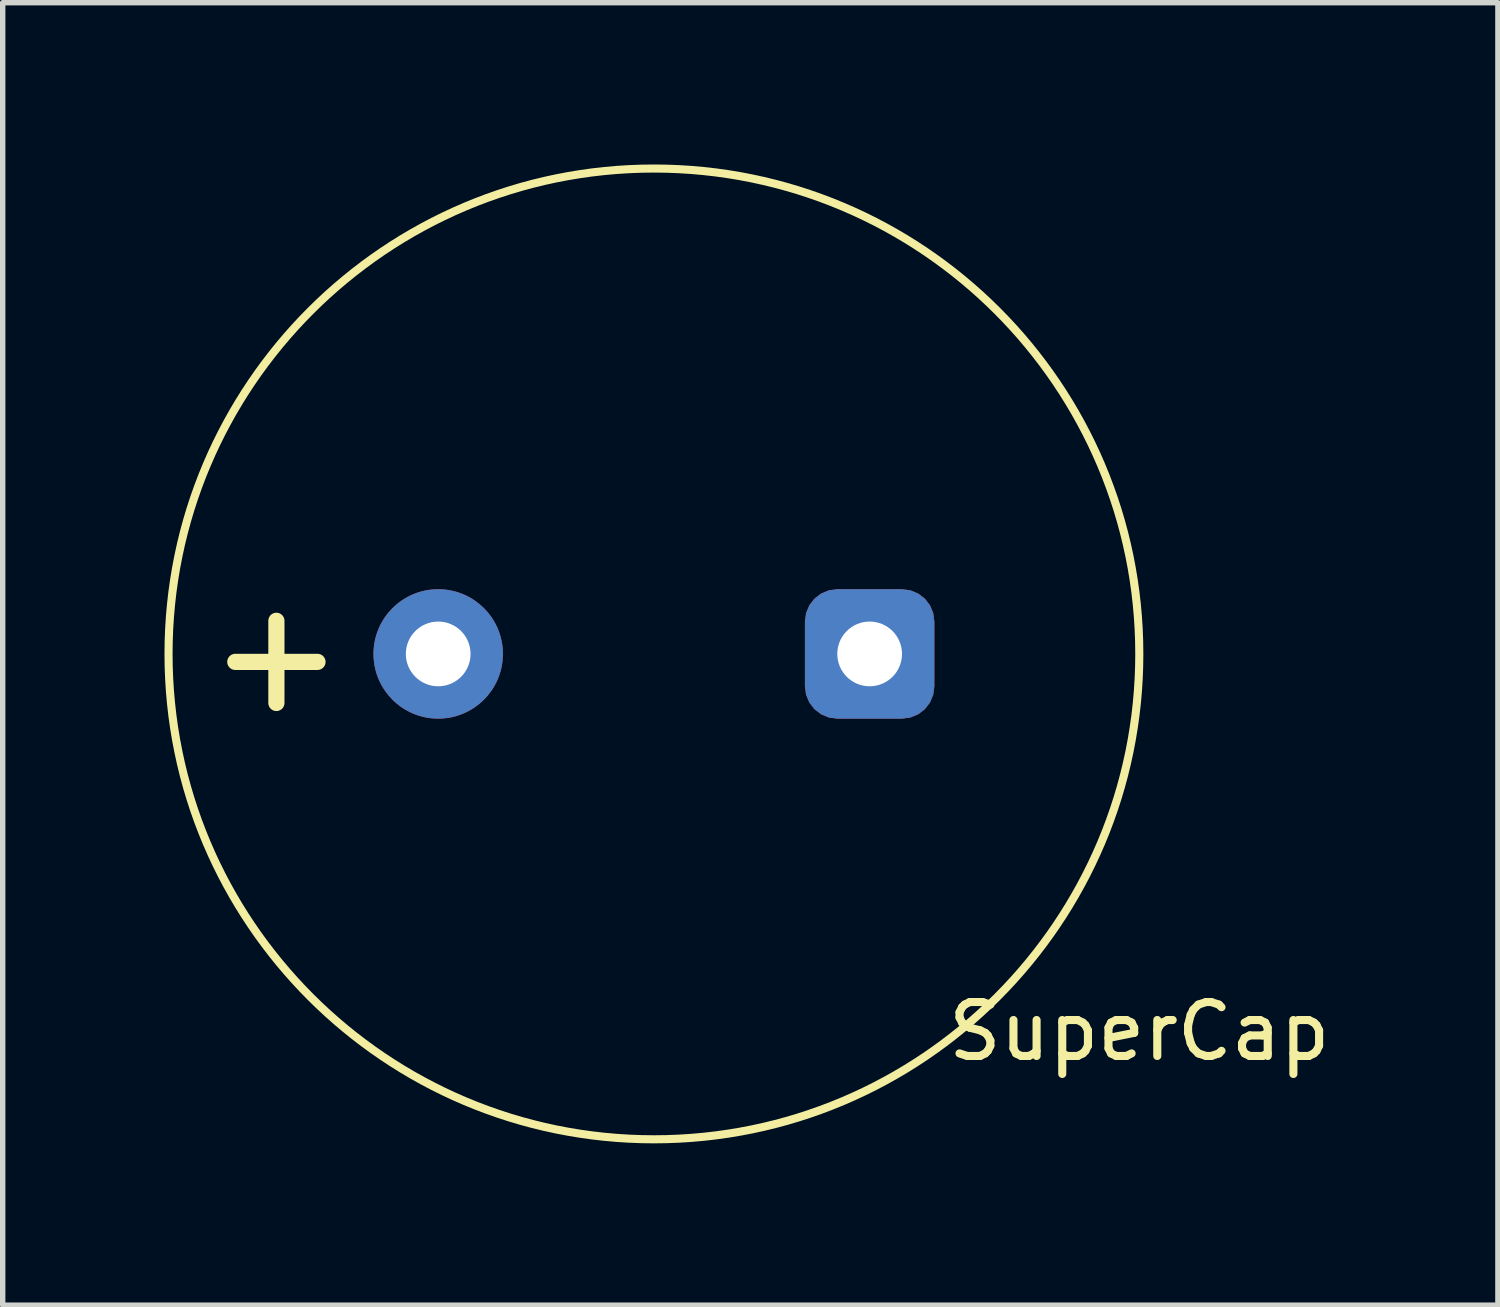
<source format=kicad_pcb>
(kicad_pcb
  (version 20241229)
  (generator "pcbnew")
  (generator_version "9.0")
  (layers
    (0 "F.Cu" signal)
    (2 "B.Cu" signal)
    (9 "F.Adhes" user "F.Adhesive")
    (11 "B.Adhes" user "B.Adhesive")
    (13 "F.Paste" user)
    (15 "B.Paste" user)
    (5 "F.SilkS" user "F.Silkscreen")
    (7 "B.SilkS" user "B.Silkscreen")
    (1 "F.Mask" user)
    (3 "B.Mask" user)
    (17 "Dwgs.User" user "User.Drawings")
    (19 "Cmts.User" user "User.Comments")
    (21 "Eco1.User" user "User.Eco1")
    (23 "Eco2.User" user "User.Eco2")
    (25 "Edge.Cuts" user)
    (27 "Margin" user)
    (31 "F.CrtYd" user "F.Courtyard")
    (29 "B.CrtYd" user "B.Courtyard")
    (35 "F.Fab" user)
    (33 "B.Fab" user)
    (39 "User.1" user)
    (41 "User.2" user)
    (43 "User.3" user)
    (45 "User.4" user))
  (footprint "SuperCap"
    (layer "F.Cu")
    (at 9.075 9.075)
    (property "Reference" "SuperCap" (at 9 7 0) (layer "F.SilkS") (effects (font (size 1 1) (thickness 0.15))))
    (attr through_hole)
    (fp_circle (center 0 0) (end -9 0) (stroke (width 0.15) (type solid)) (fill no) (layer "F.SilkS"))
    (fp_text user "+" (at -7 0 0) (layer "F.SilkS") (effects (font (size 2 2) (thickness 0.3))))
    (pad "1" thru_hole circle (at -4 0) (size 2.4 2.4) (drill 1.2) (layers "*.Cu" "*.Mask"))
    (pad "2" thru_hole roundrect (at 4 0) (size 2.4 2.4) (drill 1.2) (layers "*.Cu" "*.Mask") (roundrect_rratio 0.25)))
  (gr_rect
    (start -3 -3)
    (end 24.724 21.15)
    (stroke (width 0.1) (type default))
    (fill no)
    (layer "Edge.Cuts")))
</source>
